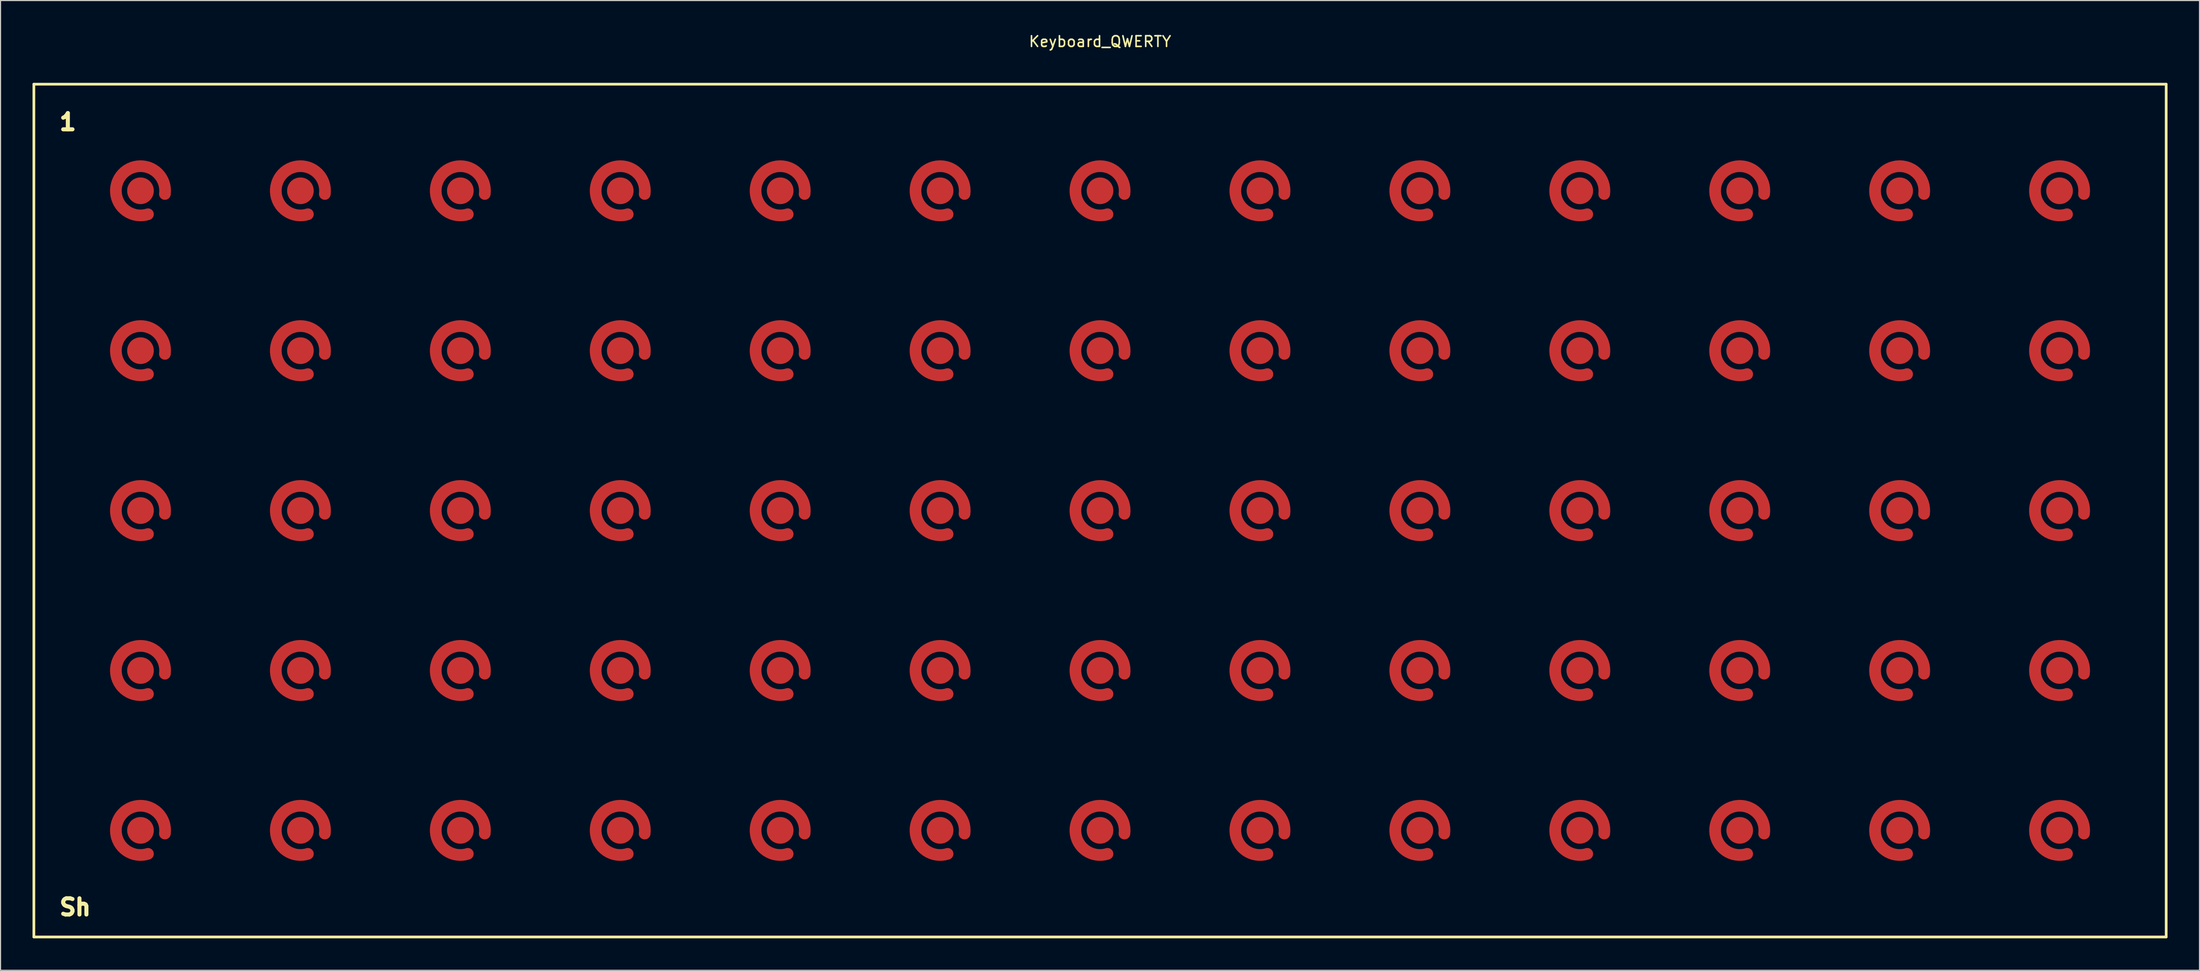
<source format=kicad_pcb>
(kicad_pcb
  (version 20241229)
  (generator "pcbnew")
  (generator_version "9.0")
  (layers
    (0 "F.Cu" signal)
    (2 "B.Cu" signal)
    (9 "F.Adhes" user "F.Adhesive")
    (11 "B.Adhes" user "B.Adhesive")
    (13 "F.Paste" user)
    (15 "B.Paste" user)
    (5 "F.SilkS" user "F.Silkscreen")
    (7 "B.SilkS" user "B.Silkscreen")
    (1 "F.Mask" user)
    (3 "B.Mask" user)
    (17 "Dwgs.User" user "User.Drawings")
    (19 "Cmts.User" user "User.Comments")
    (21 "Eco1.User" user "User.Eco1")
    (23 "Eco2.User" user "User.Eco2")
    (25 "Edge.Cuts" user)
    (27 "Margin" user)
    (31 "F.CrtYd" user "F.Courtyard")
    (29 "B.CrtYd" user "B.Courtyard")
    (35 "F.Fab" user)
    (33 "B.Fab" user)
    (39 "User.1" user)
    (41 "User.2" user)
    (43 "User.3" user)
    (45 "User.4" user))
  (footprint "Keyboard_QWERTY"
    (layer "F.Cu")
    (at 100.127 44.848)
    (property "Reference" "Keyboard_QWERTY" (at 0 -44 0) (layer "F.SilkS") (effects (font (size 1 1) (thickness 0.15))))
    (attr exclude_from_pos_files)
    (fp_line (start -100 -40) (end -100 40) (stroke (width 0.254) (type default)) (layer "F.SilkS"))
    (fp_line (start -100 40) (end 100 40) (stroke (width 0.254) (type default)) (layer "F.SilkS"))
    (fp_line (start 100 -40) (end -100 -40) (stroke (width 0.254) (type default)) (layer "F.SilkS"))
    (fp_line (start 100 40) (end 100 -40) (stroke (width 0.254) (type default)) (layer "F.SilkS"))
    (fp_circle (center -90 -30) (end -87.5 -30) (stroke (width 0.127) (type solid)) (fill no) (layer "Eco1.User"))
    (fp_circle (center -90 -15) (end -87.5 -15) (stroke (width 0.127) (type solid)) (fill no) (layer "Eco1.User"))
    (fp_circle (center -90 0) (end -87.5 0) (stroke (width 0.127) (type solid)) (fill no) (layer "Eco1.User"))
    (fp_circle (center -90 15) (end -87.5 15) (stroke (width 0.127) (type solid)) (fill no) (layer "Eco1.User"))
    (fp_circle (center -90 30) (end -87.5 30) (stroke (width 0.127) (type solid)) (fill no) (layer "Eco1.User"))
    (fp_circle (center -75 -30) (end -72.5 -30) (stroke (width 0.127) (type solid)) (fill no) (layer "Eco1.User"))
    (fp_circle (center -75 -15) (end -72.5 -15) (stroke (width 0.127) (type solid)) (fill no) (layer "Eco1.User"))
    (fp_circle (center -75 0) (end -72.5 0) (stroke (width 0.127) (type solid)) (fill no) (layer "Eco1.User"))
    (fp_circle (center -75 15) (end -72.5 15) (stroke (width 0.127) (type solid)) (fill no) (layer "Eco1.User"))
    (fp_circle (center -75 30) (end -72.5 30) (stroke (width 0.127) (type solid)) (fill no) (layer "Eco1.User"))
    (fp_circle (center -60 -30) (end -57.5 -30) (stroke (width 0.127) (type solid)) (fill no) (layer "Eco1.User"))
    (fp_circle (center -60 -15) (end -57.5 -15) (stroke (width 0.127) (type solid)) (fill no) (layer "Eco1.User"))
    (fp_circle (center -60 0) (end -57.5 0) (stroke (width 0.127) (type solid)) (fill no) (layer "Eco1.User"))
    (fp_circle (center -60 15) (end -57.5 15) (stroke (width 0.127) (type solid)) (fill no) (layer "Eco1.User"))
    (fp_circle (center -60 30) (end -57.5 30) (stroke (width 0.127) (type solid)) (fill no) (layer "Eco1.User"))
    (fp_circle (center -45 -30) (end -42.5 -30) (stroke (width 0.127) (type solid)) (fill no) (layer "Eco1.User"))
    (fp_circle (center -45 -15) (end -42.5 -15) (stroke (width 0.127) (type solid)) (fill no) (layer "Eco1.User"))
    (fp_circle (center -45 0) (end -42.5 0) (stroke (width 0.127) (type solid)) (fill no) (layer "Eco1.User"))
    (fp_circle (center -45 15) (end -42.5 15) (stroke (width 0.127) (type solid)) (fill no) (layer "Eco1.User"))
    (fp_circle (center -45 30) (end -42.5 30) (stroke (width 0.127) (type solid)) (fill no) (layer "Eco1.User"))
    (fp_circle (center -30 -30) (end -27.5 -30) (stroke (width 0.127) (type solid)) (fill no) (layer "Eco1.User"))
    (fp_circle (center -30 -15) (end -27.5 -15) (stroke (width 0.127) (type solid)) (fill no) (layer "Eco1.User"))
    (fp_circle (center -30 0) (end -27.5 0) (stroke (width 0.127) (type solid)) (fill no) (layer "Eco1.User"))
    (fp_circle (center -30 15) (end -27.5 15) (stroke (width 0.127) (type solid)) (fill no) (layer "Eco1.User"))
    (fp_circle (center -30 30) (end -27.5 30) (stroke (width 0.127) (type solid)) (fill no) (layer "Eco1.User"))
    (fp_circle (center -15 -30) (end -12.5 -30) (stroke (width 0.127) (type solid)) (fill no) (layer "Eco1.User"))
    (fp_circle (center -15 -15) (end -12.5 -15) (stroke (width 0.127) (type solid)) (fill no) (layer "Eco1.User"))
    (fp_circle (center -15 0) (end -12.5 0) (stroke (width 0.127) (type solid)) (fill no) (layer "Eco1.User"))
    (fp_circle (center -15 15) (end -12.5 15) (stroke (width 0.127) (type solid)) (fill no) (layer "Eco1.User"))
    (fp_circle (center -15 30) (end -12.5 30) (stroke (width 0.127) (type solid)) (fill no) (layer "Eco1.User"))
    (fp_circle (center 0 -30) (end 2.5 -30) (stroke (width 0.127) (type solid)) (fill no) (layer "Eco1.User"))
    (fp_circle (center 0 -15) (end 2.5 -15) (stroke (width 0.127) (type solid)) (fill no) (layer "Eco1.User"))
    (fp_circle (center 0 0) (end 2.5 0) (stroke (width 0.127) (type solid)) (fill no) (layer "Eco1.User"))
    (fp_circle (center 0 15) (end 2.5 15) (stroke (width 0.127) (type solid)) (fill no) (layer "Eco1.User"))
    (fp_circle (center 0 30) (end 2.5 30) (stroke (width 0.127) (type solid)) (fill no) (layer "Eco1.User"))
    (fp_circle (center 15 -30) (end 17.5 -30) (stroke (width 0.127) (type solid)) (fill no) (layer "Eco1.User"))
    (fp_circle (center 15 -15) (end 17.5 -15) (stroke (width 0.127) (type solid)) (fill no) (layer "Eco1.User"))
    (fp_circle (center 15 0) (end 17.5 0) (stroke (width 0.127) (type solid)) (fill no) (layer "Eco1.User"))
    (fp_circle (center 15 15) (end 17.5 15) (stroke (width 0.127) (type solid)) (fill no) (layer "Eco1.User"))
    (fp_circle (center 15 30) (end 17.5 30) (stroke (width 0.127) (type solid)) (fill no) (layer "Eco1.User"))
    (fp_circle (center 30 -30) (end 32.5 -30) (stroke (width 0.127) (type solid)) (fill no) (layer "Eco1.User"))
    (fp_circle (center 30 -15) (end 32.5 -15) (stroke (width 0.127) (type solid)) (fill no) (layer "Eco1.User"))
    (fp_circle (center 30 0) (end 32.5 0) (stroke (width 0.127) (type solid)) (fill no) (layer "Eco1.User"))
    (fp_circle (center 30 15) (end 32.5 15) (stroke (width 0.127) (type solid)) (fill no) (layer "Eco1.User"))
    (fp_circle (center 30 30) (end 32.5 30) (stroke (width 0.127) (type solid)) (fill no) (layer "Eco1.User"))
    (fp_circle (center 45 -30) (end 47.5 -30) (stroke (width 0.127) (type solid)) (fill no) (layer "Eco1.User"))
    (fp_circle (center 45 -15) (end 47.5 -15) (stroke (width 0.127) (type solid)) (fill no) (layer "Eco1.User"))
    (fp_circle (center 45 0) (end 47.5 0) (stroke (width 0.127) (type solid)) (fill no) (layer "Eco1.User"))
    (fp_circle (center 45 15) (end 47.5 15) (stroke (width 0.127) (type solid)) (fill no) (layer "Eco1.User"))
    (fp_circle (center 45 30) (end 47.5 30) (stroke (width 0.127) (type solid)) (fill no) (layer "Eco1.User"))
    (fp_circle (center 60 -30) (end 62.5 -30) (stroke (width 0.127) (type solid)) (fill no) (layer "Eco1.User"))
    (fp_circle (center 60 -15) (end 62.5 -15) (stroke (width 0.127) (type solid)) (fill no) (layer "Eco1.User"))
    (fp_circle (center 60 0) (end 62.5 0) (stroke (width 0.127) (type solid)) (fill no) (layer "Eco1.User"))
    (fp_circle (center 60 15) (end 62.5 15) (stroke (width 0.127) (type solid)) (fill no) (layer "Eco1.User"))
    (fp_circle (center 60 30) (end 62.5 30) (stroke (width 0.127) (type solid)) (fill no) (layer "Eco1.User"))
    (fp_circle (center 75 -30) (end 77.5 -30) (stroke (width 0.127) (type solid)) (fill no) (layer "Eco1.User"))
    (fp_circle (center 75 -15) (end 77.5 -15) (stroke (width 0.127) (type solid)) (fill no) (layer "Eco1.User"))
    (fp_circle (center 75 0) (end 77.5 0) (stroke (width 0.127) (type solid)) (fill no) (layer "Eco1.User"))
    (fp_circle (center 75 15) (end 77.5 15) (stroke (width 0.127) (type solid)) (fill no) (layer "Eco1.User"))
    (fp_circle (center 75 30) (end 77.5 30) (stroke (width 0.127) (type solid)) (fill no) (layer "Eco1.User"))
    (fp_circle (center 90 -30) (end 92.5 -30) (stroke (width 0.127) (type solid)) (fill no) (layer "Eco1.User"))
    (fp_circle (center 90 -15) (end 92.5 -15) (stroke (width 0.127) (type solid)) (fill no) (layer "Eco1.User"))
    (fp_circle (center 90 0) (end 92.5 0) (stroke (width 0.127) (type solid)) (fill no) (layer "Eco1.User"))
    (fp_circle (center 90 15) (end 92.5 15) (stroke (width 0.127) (type solid)) (fill no) (layer "Eco1.User"))
    (fp_circle (center 90 30) (end 92.5 30) (stroke (width 0.127) (type solid)) (fill no) (layer "Eco1.User"))
    (fp_text user "1" (at -97.79 -35.56 0) (unlocked yes) (layer "F.SilkS") (effects (font (size 1.524 1.524) (thickness 0.381) (bold yes)) (justify left bottom)))
    (fp_text user "Sh" (at -97.79 38.1 0) (unlocked yes) (layer "F.SilkS") (effects (font (size 1.524 1.524) (thickness 0.381) (bold yes)) (justify left bottom)))
    (pad "C1" smd circle (at -90 -30) (size 2.5 2.5) (layers "F.Cu" "F.Mask"))
    (pad "C1" smd circle (at -90 -15) (size 2.5 2.5) (layers "F.Cu" "F.Mask"))
    (pad "C1" smd circle (at -90 0) (size 2.5 2.5) (layers "F.Cu" "F.Mask"))
    (pad "C1" smd circle (at -90 15) (size 2.5 2.5) (layers "F.Cu" "F.Mask"))
    (pad "C1" smd circle (at -90 30) (size 2.5 2.5) (layers "F.Cu" "F.Mask"))
    (pad "C1" smd circle (at 30 -30) (size 2.5 2.5) (layers "F.Cu" "F.Mask"))
    (pad "C1" smd circle (at 30 -15) (size 2.5 2.5) (layers "F.Cu" "F.Mask"))
    (pad "C1" smd circle (at 30 0) (size 2.5 2.5) (layers "F.Cu" "F.Mask"))
    (pad "C2" smd circle (at -75 -30) (size 2.5 2.5) (layers "F.Cu" "F.Mask"))
    (pad "C2" smd circle (at -75 -15) (size 2.5 2.5) (layers "F.Cu" "F.Mask"))
    (pad "C2" smd circle (at -75 0) (size 2.5 2.5) (layers "F.Cu" "F.Mask"))
    (pad "C2" smd circle (at -75 15) (size 2.5 2.5) (layers "F.Cu" "F.Mask"))
    (pad "C2" smd circle (at -75 30) (size 2.5 2.5) (layers "F.Cu" "F.Mask"))
    (pad "C2" smd circle (at 45 -30) (size 2.5 2.5) (layers "F.Cu" "F.Mask"))
    (pad "C2" smd circle (at 45 -15) (size 2.5 2.5) (layers "F.Cu" "F.Mask"))
    (pad "C2" smd circle (at 45 0) (size 2.5 2.5) (layers "F.Cu" "F.Mask"))
    (pad "C3" smd circle (at -60 -30) (size 2.5 2.5) (layers "F.Cu" "F.Mask"))
    (pad "C3" smd circle (at -60 -15) (size 2.5 2.5) (layers "F.Cu" "F.Mask"))
    (pad "C3" smd circle (at -60 0) (size 2.5 2.5) (layers "F.Cu" "F.Mask"))
    (pad "C3" smd circle (at -60 15) (size 2.5 2.5) (layers "F.Cu" "F.Mask"))
    (pad "C3" smd circle (at -60 30) (size 2.5 2.5) (layers "F.Cu" "F.Mask"))
    (pad "C3" smd circle (at 60 -30) (size 2.5 2.5) (layers "F.Cu" "F.Mask"))
    (pad "C3" smd circle (at 60 -15) (size 2.5 2.5) (layers "F.Cu" "F.Mask"))
    (pad "C3" smd circle (at 60 0) (size 2.5 2.5) (layers "F.Cu" "F.Mask"))
    (pad "C4" smd circle (at -45 -30) (size 2.5 2.5) (layers "F.Cu" "F.Mask"))
    (pad "C4" smd circle (at -45 -15) (size 2.5 2.5) (layers "F.Cu" "F.Mask"))
    (pad "C4" smd circle (at -45 0) (size 2.5 2.5) (layers "F.Cu" "F.Mask"))
    (pad "C4" smd circle (at -45 15) (size 2.5 2.5) (layers "F.Cu" "F.Mask"))
    (pad "C4" smd circle (at -45 30) (size 2.5 2.5) (layers "F.Cu" "F.Mask"))
    (pad "C4" smd circle (at 75 -30) (size 2.5 2.5) (layers "F.Cu" "F.Mask"))
    (pad "C4" smd circle (at 75 -15) (size 2.5 2.5) (layers "F.Cu" "F.Mask"))
    (pad "C4" smd circle (at 75 0) (size 2.5 2.5) (layers "F.Cu" "F.Mask"))
    (pad "C5" smd circle (at -30 -30) (size 2.5 2.5) (layers "F.Cu" "F.Mask"))
    (pad "C5" smd circle (at -30 -15) (size 2.5 2.5) (layers "F.Cu" "F.Mask"))
    (pad "C5" smd circle (at -30 0) (size 2.5 2.5) (layers "F.Cu" "F.Mask"))
    (pad "C5" smd circle (at -30 15) (size 2.5 2.5) (layers "F.Cu" "F.Mask"))
    (pad "C5" smd circle (at -30 30) (size 2.5 2.5) (layers "F.Cu" "F.Mask"))
    (pad "C5" smd circle (at -15 30) (size 2.5 2.5) (layers "F.Cu" "F.Mask"))
    (pad "C5" smd circle (at 0 30) (size 2.5 2.5) (layers "F.Cu" "F.Mask"))
    (pad "C5" smd circle (at 15 30) (size 2.5 2.5) (layers "F.Cu" "F.Mask"))
    (pad "C5" smd circle (at 90 -30) (size 2.5 2.5) (layers "F.Cu" "F.Mask"))
    (pad "C5" smd circle (at 90 -15) (size 2.5 2.5) (layers "F.Cu" "F.Mask"))
    (pad "C5" smd circle (at 90 0) (size 2.5 2.5) (layers "F.Cu" "F.Mask"))
    (pad "C5" smd circle (at 90 15) (size 2.5 2.5) (layers "F.Cu" "F.Mask"))
    (pad "C6" smd circle (at -15 -30) (size 2.5 2.5) (layers "F.Cu" "F.Mask"))
    (pad "C6" smd circle (at -15 -15) (size 2.5 2.5) (layers "F.Cu" "F.Mask"))
    (pad "C6" smd circle (at -15 0) (size 2.5 2.5) (layers "F.Cu" "F.Mask"))
    (pad "C6" smd circle (at -15 15) (size 2.5 2.5) (layers "F.Cu" "F.Mask"))
    (pad "C6" smd circle (at 30 15) (size 2.5 2.5) (layers "F.Cu" "F.Mask"))
    (pad "C6" smd circle (at 30 30) (size 2.5 2.5) (layers "F.Cu" "F.Mask"))
    (pad "C6" smd circle (at 75 15) (size 2.5 2.5) (layers "F.Cu" "F.Mask"))
    (pad "C7" smd circle (at 0 -30) (size 2.5 2.5) (layers "F.Cu" "F.Mask"))
    (pad "C7" smd circle (at 0 -15) (size 2.5 2.5) (layers "F.Cu" "F.Mask"))
    (pad "C7" smd circle (at 0 0) (size 2.5 2.5) (layers "F.Cu" "F.Mask"))
    (pad "C7" smd circle (at 0 15) (size 2.5 2.5) (layers "F.Cu" "F.Mask"))
    (pad "C7" smd circle (at 45 15) (size 2.5 2.5) (layers "F.Cu" "F.Mask"))
    (pad "C7" smd circle (at 45 30) (size 2.5 2.5) (layers "F.Cu" "F.Mask"))
    (pad "C7" smd circle (at 75 30) (size 2.5 2.5) (layers "F.Cu" "F.Mask"))
    (pad "C8" smd circle (at 15 -30) (size 2.5 2.5) (layers "F.Cu" "F.Mask"))
    (pad "C8" smd circle (at 15 -15) (size 2.5 2.5) (layers "F.Cu" "F.Mask"))
    (pad "C8" smd circle (at 15 0) (size 2.5 2.5) (layers "F.Cu" "F.Mask"))
    (pad "C8" smd circle (at 15 15) (size 2.5 2.5) (layers "F.Cu" "F.Mask"))
    (pad "C8" smd circle (at 60 15) (size 2.5 2.5) (layers "F.Cu" "F.Mask"))
    (pad "C8" smd circle (at 60 30) (size 2.5 2.5) (layers "F.Cu" "F.Mask"))
    (pad "C8" smd circle (at 90 30) (size 2.5 2.5) (layers "F.Cu" "F.Mask"))
    (pad "R1" smd custom (at -89.3 -27.8) (size 1 1) (layers "F.Cu" "F.Mask") (options (anchor circle)) (primitives (gr_arc (start 0 0) (mid -2.47138 -3.680613) (end 1.589287 -1.901396) (width 1.1))))
    (pad "R1" smd custom (at -74.3 -27.8) (size 1 1) (layers "F.Cu" "F.Mask") (options (anchor circle)) (primitives (gr_arc (start 0 0) (mid -2.47138 -3.680613) (end 1.589287 -1.901396) (width 1.1))))
    (pad "R1" smd custom (at -59.3 -27.8) (size 1 1) (layers "F.Cu" "F.Mask") (options (anchor circle)) (primitives (gr_arc (start 0 0) (mid -2.47138 -3.680613) (end 1.589287 -1.901396) (width 1.1))))
    (pad "R1" smd custom (at -44.3 -27.8) (size 1 1) (layers "F.Cu" "F.Mask") (options (anchor circle)) (primitives (gr_arc (start 0 0) (mid -2.47138 -3.680613) (end 1.589287 -1.901396) (width 1.1))))
    (pad "R1" smd custom (at -29.3 -27.8) (size 1 1) (layers "F.Cu" "F.Mask") (options (anchor circle)) (primitives (gr_arc (start 0 0) (mid -2.47138 -3.680613) (end 1.589287 -1.901396) (width 1.1))))
    (pad "R1" smd custom (at -14.3 -27.8) (size 1 1) (layers "F.Cu" "F.Mask") (options (anchor circle)) (primitives (gr_arc (start 0 0) (mid -2.47138 -3.680613) (end 1.589287 -1.901396) (width 1.1))))
    (pad "R1" smd custom (at 0.7 -27.8) (size 1 1) (layers "F.Cu" "F.Mask") (options (anchor circle)) (primitives (gr_arc (start 0 0) (mid -2.47138 -3.680613) (end 1.589287 -1.901396) (width 1.1))))
    (pad "R1" smd custom (at 15.7 -27.8) (size 1 1) (layers "F.Cu" "F.Mask") (options (anchor circle)) (primitives (gr_arc (start 0 0) (mid -2.47138 -3.680613) (end 1.589287 -1.901396) (width 1.1))))
    (pad "R2" smd custom (at -89.3 -12.8) (size 1 1) (layers "F.Cu" "F.Mask") (options (anchor circle)) (primitives (gr_arc (start 0 0) (mid -2.47138 -3.680613) (end 1.589287 -1.901396) (width 1.1))))
    (pad "R2" smd custom (at -74.3 -12.8) (size 1 1) (layers "F.Cu" "F.Mask") (options (anchor circle)) (primitives (gr_arc (start 0 0) (mid -2.47138 -3.680613) (end 1.589287 -1.901396) (width 1.1))))
    (pad "R2" smd custom (at -59.3 -12.8) (size 1 1) (layers "F.Cu" "F.Mask") (options (anchor circle)) (primitives (gr_arc (start 0 0) (mid -2.47138 -3.680613) (end 1.589287 -1.901396) (width 1.1))))
    (pad "R2" smd custom (at -44.3 -12.8) (size 1 1) (layers "F.Cu" "F.Mask") (options (anchor circle)) (primitives (gr_arc (start 0 0) (mid -2.47138 -3.680613) (end 1.589287 -1.901396) (width 1.1))))
    (pad "R2" smd custom (at -29.3 -12.8) (size 1 1) (layers "F.Cu" "F.Mask") (options (anchor circle)) (primitives (gr_arc (start 0 0) (mid -2.47138 -3.680613) (end 1.589287 -1.901396) (width 1.1))))
    (pad "R2" smd custom (at -14.3 -12.8) (size 1 1) (layers "F.Cu" "F.Mask") (options (anchor circle)) (primitives (gr_arc (start 0 0) (mid -2.47138 -3.680613) (end 1.589287 -1.901396) (width 1.1))))
    (pad "R2" smd custom (at 0.7 -12.8) (size 1 1) (layers "F.Cu" "F.Mask") (options (anchor circle)) (primitives (gr_arc (start 0 0) (mid -2.47138 -3.680613) (end 1.589287 -1.901396) (width 1.1))))
    (pad "R2" smd custom (at 15.7 -12.8) (size 1 1) (layers "F.Cu" "F.Mask") (options (anchor circle)) (primitives (gr_arc (start 0 0) (mid -2.47138 -3.680613) (end 1.589287 -1.901396) (width 1.1))))
    (pad "R3" smd custom (at -89.3 2.2) (size 1 1) (layers "F.Cu" "F.Mask") (options (anchor circle)) (primitives (gr_arc (start 0 0) (mid -2.47138 -3.680613) (end 1.589287 -1.901396) (width 1.1))))
    (pad "R3" smd custom (at -74.3 2.2) (size 1 1) (layers "F.Cu" "F.Mask") (options (anchor circle)) (primitives (gr_arc (start 0 0) (mid -2.47138 -3.680613) (end 1.589287 -1.901396) (width 1.1))))
    (pad "R3" smd custom (at -59.3 2.2) (size 1 1) (layers "F.Cu" "F.Mask") (options (anchor circle)) (primitives (gr_arc (start 0 0) (mid -2.47138 -3.680613) (end 1.589287 -1.901396) (width 1.1))))
    (pad "R3" smd custom (at -44.3 2.2) (size 1 1) (layers "F.Cu" "F.Mask") (options (anchor circle)) (primitives (gr_arc (start 0 0) (mid -2.47138 -3.680613) (end 1.589287 -1.901396) (width 1.1))))
    (pad "R3" smd custom (at -29.3 2.2) (size 1 1) (layers "F.Cu" "F.Mask") (options (anchor circle)) (primitives (gr_arc (start 0 0) (mid -2.47138 -3.680613) (end 1.589287 -1.901396) (width 1.1))))
    (pad "R3" smd custom (at -14.3 2.2) (size 1 1) (layers "F.Cu" "F.Mask") (options (anchor circle)) (primitives (gr_arc (start 0 0) (mid -2.47138 -3.680613) (end 1.589287 -1.901396) (width 1.1))))
    (pad "R3" smd custom (at 0.7 2.2) (size 1 1) (layers "F.Cu" "F.Mask") (options (anchor circle)) (primitives (gr_arc (start 0 0) (mid -2.47138 -3.680613) (end 1.589287 -1.901396) (width 1.1))))
    (pad "R3" smd custom (at 15.7 2.2) (size 1 1) (layers "F.Cu" "F.Mask") (options (anchor circle)) (primitives (gr_arc (start 0 0) (mid -2.47138 -3.680613) (end 1.589287 -1.901396) (width 1.1))))
    (pad "R4" smd custom (at -89.3 17.2) (size 1 1) (layers "F.Cu" "F.Mask") (options (anchor circle)) (primitives (gr_arc (start 0 0) (mid -2.47138 -3.680613) (end 1.589287 -1.901396) (width 1.1))))
    (pad "R4" smd custom (at -74.3 17.2) (size 1 1) (layers "F.Cu" "F.Mask") (options (anchor circle)) (primitives (gr_arc (start 0 0) (mid -2.47138 -3.680613) (end 1.589287 -1.901396) (width 1.1))))
    (pad "R4" smd custom (at -59.3 17.2) (size 1 1) (layers "F.Cu" "F.Mask") (options (anchor circle)) (primitives (gr_arc (start 0 0) (mid -2.47138 -3.680613) (end 1.589287 -1.901396) (width 1.1))))
    (pad "R4" smd custom (at -44.3 17.2) (size 1 1) (layers "F.Cu" "F.Mask") (options (anchor circle)) (primitives (gr_arc (start 0 0) (mid -2.47138 -3.680613) (end 1.589287 -1.901396) (width 1.1))))
    (pad "R4" smd custom (at -29.3 17.2) (size 1 1) (layers "F.Cu" "F.Mask") (options (anchor circle)) (primitives (gr_arc (start 0 0) (mid -2.47138 -3.680613) (end 1.589287 -1.901396) (width 1.1))))
    (pad "R4" smd custom (at -14.3 17.2) (size 1 1) (layers "F.Cu" "F.Mask") (options (anchor circle)) (primitives (gr_arc (start 0 0) (mid -2.47138 -3.680613) (end 1.589287 -1.901396) (width 1.1))))
    (pad "R4" smd custom (at 0.7 17.2) (size 1 1) (layers "F.Cu" "F.Mask") (options (anchor circle)) (primitives (gr_arc (start 0 0) (mid -2.47138 -3.680613) (end 1.589287 -1.901396) (width 1.1))))
    (pad "R4" smd custom (at 15.7 17.2) (size 1 1) (layers "F.Cu" "F.Mask") (options (anchor circle)) (primitives (gr_arc (start 0 0) (mid -2.47138 -3.680613) (end 1.589287 -1.901396) (width 1.1))))
    (pad "R5" smd custom (at -89.3 32.2) (size 1 1) (layers "F.Cu" "F.Mask") (options (anchor circle)) (primitives (gr_arc (start 0 0) (mid -2.47138 -3.680613) (end 1.589287 -1.901396) (width 1.1))))
    (pad "R5" smd custom (at -74.3 32.2) (size 1 1) (layers "F.Cu" "F.Mask") (options (anchor circle)) (primitives (gr_arc (start 0 0) (mid -2.47138 -3.680613) (end 1.589287 -1.901396) (width 1.1))))
    (pad "R5" smd custom (at -59.3 32.2) (size 1 1) (layers "F.Cu" "F.Mask") (options (anchor circle)) (primitives (gr_arc (start 0 0) (mid -2.47138 -3.680613) (end 1.589287 -1.901396) (width 1.1))))
    (pad "R5" smd custom (at -44.3 32.2) (size 1 1) (layers "F.Cu" "F.Mask") (options (anchor circle)) (primitives (gr_arc (start 0 0) (mid -2.47138 -3.680613) (end 1.589287 -1.901396) (width 1.1))))
    (pad "R5" smd custom (at -29.3 32.2) (size 1 1) (layers "F.Cu" "F.Mask") (options (anchor circle)) (primitives (gr_arc (start 0 0) (mid -2.47138 -3.680613) (end 1.589287 -1.901396) (width 1.1))))
    (pad "R5" smd custom (at -14.3 32.2) (size 1 1) (layers "F.Cu" "F.Mask") (options (anchor circle)) (primitives (gr_arc (start 0 0) (mid -2.47138 -3.680613) (end 1.589287 -1.901396) (width 1.1))))
    (pad "R5" smd custom (at 0.7 32.2) (size 1 1) (layers "F.Cu" "F.Mask") (options (anchor circle)) (primitives (gr_arc (start 0 0) (mid -2.47138 -3.680613) (end 1.589287 -1.901396) (width 1.1))))
    (pad "R5" smd custom (at 15.7 32.2) (size 1 1) (layers "F.Cu" "F.Mask") (options (anchor circle)) (primitives (gr_arc (start 0 0) (mid -2.47138 -3.680613) (end 1.589287 -1.901396) (width 1.1))))
    (pad "R5" smd custom (at 30.7 17.2) (size 1 1) (layers "F.Cu" "F.Mask") (options (anchor circle)) (primitives (gr_arc (start 0 0) (mid -2.47138 -3.680613) (end 1.589287 -1.901396) (width 1.1))))
    (pad "R5" smd custom (at 45.7 17.2) (size 1 1) (layers "F.Cu" "F.Mask") (options (anchor circle)) (primitives (gr_arc (start 0 0) (mid -2.47138 -3.680613) (end 1.589287 -1.901396) (width 1.1))))
    (pad "R5" smd custom (at 60.7 17.2) (size 1 1) (layers "F.Cu" "F.Mask") (options (anchor circle)) (primitives (gr_arc (start 0 0) (mid -2.47138 -3.680613) (end 1.589287 -1.901396) (width 1.1))))
    (pad "R6" smd custom (at 30.7 -27.8) (size 1 1) (layers "F.Cu" "F.Mask") (options (anchor circle)) (primitives (gr_arc (start 0 0) (mid -2.47138 -3.680613) (end 1.589287 -1.901396) (width 1.1))))
    (pad "R6" smd custom (at 30.7 32.2) (size 1 1) (layers "F.Cu" "F.Mask") (options (anchor circle)) (primitives (gr_arc (start 0 0) (mid -2.47138 -3.680613) (end 1.589287 -1.901396) (width 1.1))))
    (pad "R6" smd custom (at 45.7 -27.8) (size 1 1) (layers "F.Cu" "F.Mask") (options (anchor circle)) (primitives (gr_arc (start 0 0) (mid -2.47138 -3.680613) (end 1.589287 -1.901396) (width 1.1))))
    (pad "R6" smd custom (at 45.7 32.2) (size 1 1) (layers "F.Cu" "F.Mask") (options (anchor circle)) (primitives (gr_arc (start 0 0) (mid -2.47138 -3.680613) (end 1.589287 -1.901396) (width 1.1))))
    (pad "R6" smd custom (at 60.7 -27.8) (size 1 1) (layers "F.Cu" "F.Mask") (options (anchor circle)) (primitives (gr_arc (start 0 0) (mid -2.47138 -3.680613) (end 1.589287 -1.901396) (width 1.1))))
    (pad "R6" smd custom (at 60.7 32.2) (size 1 1) (layers "F.Cu" "F.Mask") (options (anchor circle)) (primitives (gr_arc (start 0 0) (mid -2.47138 -3.680613) (end 1.589287 -1.901396) (width 1.1))))
    (pad "R6" smd custom (at 75.7 -27.8) (size 1 1) (layers "F.Cu" "F.Mask") (options (anchor circle)) (primitives (gr_arc (start 0 0) (mid -2.47138 -3.680613) (end 1.589287 -1.901396) (width 1.1))))
    (pad "R6" smd custom (at 90.7 -27.8) (size 1 1) (layers "F.Cu" "F.Mask") (options (anchor circle)) (primitives (gr_arc (start 0 0) (mid -2.47138 -3.680613) (end 1.589287 -1.901396) (width 1.1))))
    (pad "R7" smd custom (at 30.7 -12.8) (size 1 1) (layers "F.Cu" "F.Mask") (options (anchor circle)) (primitives (gr_arc (start 0 0) (mid -2.47138 -3.680613) (end 1.589287 -1.901396) (width 1.1))))
    (pad "R7" smd custom (at 45.7 -12.8) (size 1 1) (layers "F.Cu" "F.Mask") (options (anchor circle)) (primitives (gr_arc (start 0 0) (mid -2.47138 -3.680613) (end 1.589287 -1.901396) (width 1.1))))
    (pad "R7" smd custom (at 60.7 -12.8) (size 1 1) (layers "F.Cu" "F.Mask") (options (anchor circle)) (primitives (gr_arc (start 0 0) (mid -2.47138 -3.680613) (end 1.589287 -1.901396) (width 1.1))))
    (pad "R7" smd custom (at 75.7 -12.8) (size 1 1) (layers "F.Cu" "F.Mask") (options (anchor circle)) (primitives (gr_arc (start 0 0) (mid -2.47138 -3.680613) (end 1.589287 -1.901396) (width 1.1))))
    (pad "R7" smd custom (at 75.7 17.2) (size 1 1) (layers "F.Cu" "F.Mask") (options (anchor circle)) (primitives (gr_arc (start 0 0) (mid -2.47138 -3.680613) (end 1.589287 -1.901396) (width 1.1))))
    (pad "R7" smd custom (at 75.7 32.2) (size 1 1) (layers "F.Cu" "F.Mask") (options (anchor circle)) (primitives (gr_arc (start 0 0) (mid -2.47138 -3.680613) (end 1.589287 -1.901396) (width 1.1))))
    (pad "R7" smd custom (at 90.7 -12.8) (size 1 1) (layers "F.Cu" "F.Mask") (options (anchor circle)) (primitives (gr_arc (start 0 0) (mid -2.47138 -3.680613) (end 1.589287 -1.901396) (width 1.1))))
    (pad "R7" smd custom (at 90.7 32.2) (size 1 1) (layers "F.Cu" "F.Mask") (options (anchor circle)) (primitives (gr_arc (start 0 0) (mid -2.47138 -3.680613) (end 1.589287 -1.901396) (width 1.1))))
    (pad "R8" smd custom (at 30.7 2.2) (size 1 1) (layers "F.Cu" "F.Mask") (options (anchor circle)) (primitives (gr_arc (start 0 0) (mid -2.47138 -3.680613) (end 1.589287 -1.901396) (width 1.1))))
    (pad "R8" smd custom (at 45.7 2.2) (size 1 1) (layers "F.Cu" "F.Mask") (options (anchor circle)) (primitives (gr_arc (start 0 0) (mid -2.47138 -3.680613) (end 1.589287 -1.901396) (width 1.1))))
    (pad "R8" smd custom (at 60.7 2.2) (size 1 1) (layers "F.Cu" "F.Mask") (options (anchor circle)) (primitives (gr_arc (start 0 0) (mid -2.47138 -3.680613) (end 1.589287 -1.901396) (width 1.1))))
    (pad "R8" smd custom (at 75.7 2.2) (size 1 1) (layers "F.Cu" "F.Mask") (options (anchor circle)) (primitives (gr_arc (start 0 0) (mid -2.47138 -3.680613) (end 1.589287 -1.901396) (width 1.1))))
    (pad "R8" smd custom (at 90.7 2.2) (size 1 1) (layers "F.Cu" "F.Mask") (options (anchor circle)) (primitives (gr_arc (start 0 0) (mid -2.47138 -3.680613) (end 1.589287 -1.901396) (width 1.1))))
    (pad "R8" smd custom (at 90.7 17.2) (size 1 1) (layers "F.Cu" "F.Mask") (options (anchor circle)) (primitives (gr_arc (start 0 0) (mid -2.47138 -3.680613) (end 1.589287 -1.901396) (width 1.1)))))
  (gr_rect
    (start -3 -3)
    (end 203.254 87.975)
    (stroke (width 0.1) (type default))
    (fill no)
    (layer "Edge.Cuts")))
</source>
